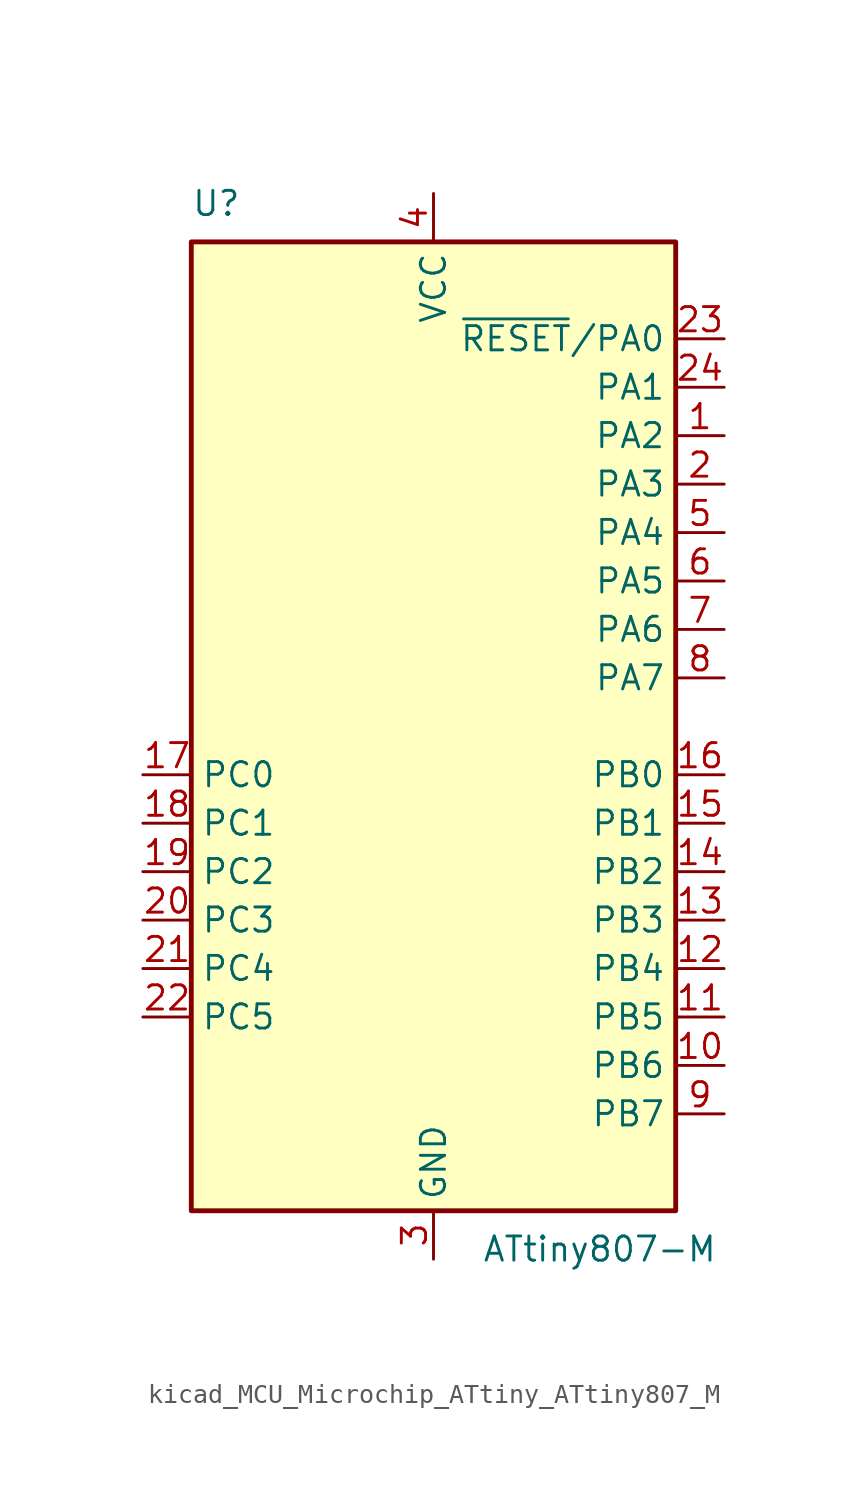
<source format=kicad_sym>
(kicad_symbol_lib
  (version 20220914)
  (generator kicad_symbol_editor)
  (symbol "kicad_MCU_Microchip_ATtiny_ATtiny807_M"
    (property "Reference" "U"
      (at -12.7 26.67 0)
      (effects (font (size 1.27 1.27)) (justify left bottom)))
    (property "Value" "ATtiny807-M"
      (at 2.54 -26.67 0)
      (effects (font (size 1.27 1.27)) (justify left top)))
    (symbol "kicad_MCU_Microchip_ATtiny_ATtiny807_M_0_1"
      (rectangle (start -12.7 -25.4) (end 12.7 25.4) (stroke (width 0.254) (type default)) (fill (type background))))
    (symbol "kicad_MCU_Microchip_ATtiny_ATtiny807_M_1_1"
      (pin bidirectional line (at 15.24 15.24 180) (length 2.54) (name "PA2" (effects (font (size 1.27 1.27)))) (number "1" (effects (font (size 1.27 1.27)))))
      (pin bidirectional line (at 15.24 -17.78 180) (length 2.54) (name "PB6" (effects (font (size 1.27 1.27)))) (number "10" (effects (font (size 1.27 1.27)))))
      (pin bidirectional line (at 15.24 -15.24 180) (length 2.54) (name "PB5" (effects (font (size 1.27 1.27)))) (number "11" (effects (font (size 1.27 1.27)))))
      (pin bidirectional line (at 15.24 -12.7 180) (length 2.54) (name "PB4" (effects (font (size 1.27 1.27)))) (number "12" (effects (font (size 1.27 1.27)))))
      (pin bidirectional line (at 15.24 -10.16 180) (length 2.54) (name "PB3" (effects (font (size 1.27 1.27)))) (number "13" (effects (font (size 1.27 1.27)))))
      (pin bidirectional line (at 15.24 -7.62 180) (length 2.54) (name "PB2" (effects (font (size 1.27 1.27)))) (number "14" (effects (font (size 1.27 1.27)))))
      (pin bidirectional line (at 15.24 -5.08 180) (length 2.54) (name "PB1" (effects (font (size 1.27 1.27)))) (number "15" (effects (font (size 1.27 1.27)))))
      (pin bidirectional line (at 15.24 -2.54 180) (length 2.54) (name "PB0" (effects (font (size 1.27 1.27)))) (number "16" (effects (font (size 1.27 1.27)))))
      (pin bidirectional line (at -15.24 -2.54 0) (length 2.54) (name "PC0" (effects (font (size 1.27 1.27)))) (number "17" (effects (font (size 1.27 1.27)))))
      (pin bidirectional line (at -15.24 -5.08 0) (length 2.54) (name "PC1" (effects (font (size 1.27 1.27)))) (number "18" (effects (font (size 1.27 1.27)))))
      (pin bidirectional line (at -15.24 -7.62 0) (length 2.54) (name "PC2" (effects (font (size 1.27 1.27)))) (number "19" (effects (font (size 1.27 1.27)))))
      (pin bidirectional line (at 15.24 12.7 180) (length 2.54) (name "PA3" (effects (font (size 1.27 1.27)))) (number "2" (effects (font (size 1.27 1.27)))))
      (pin bidirectional line (at -15.24 -10.16 0) (length 2.54) (name "PC3" (effects (font (size 1.27 1.27)))) (number "20" (effects (font (size 1.27 1.27)))))
      (pin bidirectional line (at -15.24 -12.7 0) (length 2.54) (name "PC4" (effects (font (size 1.27 1.27)))) (number "21" (effects (font (size 1.27 1.27)))))
      (pin bidirectional line (at -15.24 -15.24 0) (length 2.54) (name "PC5" (effects (font (size 1.27 1.27)))) (number "22" (effects (font (size 1.27 1.27)))))
      (pin bidirectional line (at 15.24 20.32 180) (length 2.54) (name "~{RESET}/PA0" (effects (font (size 1.27 1.27)))) (number "23" (effects (font (size 1.27 1.27)))))
      (pin bidirectional line (at 15.24 17.78 180) (length 2.54) (name "PA1" (effects (font (size 1.27 1.27)))) (number "24" (effects (font (size 1.27 1.27)))))
      (pin passive line (at 0 -27.94 90) (length 2.54) hide (name "GND" (effects (font (size 1.27 1.27)))) (number "25" (effects (font (size 1.27 1.27)))))
      (pin power_in line (at 0 -27.94 90) (length 2.54) (name "GND" (effects (font (size 1.27 1.27)))) (number "3" (effects (font (size 1.27 1.27)))))
      (pin power_in line (at 0 27.94 270) (length 2.54) (name "VCC" (effects (font (size 1.27 1.27)))) (number "4" (effects (font (size 1.27 1.27)))))
      (pin bidirectional line (at 15.24 10.16 180) (length 2.54) (name "PA4" (effects (font (size 1.27 1.27)))) (number "5" (effects (font (size 1.27 1.27)))))
      (pin bidirectional line (at 15.24 7.62 180) (length 2.54) (name "PA5" (effects (font (size 1.27 1.27)))) (number "6" (effects (font (size 1.27 1.27)))))
      (pin bidirectional line (at 15.24 5.08 180) (length 2.54) (name "PA6" (effects (font (size 1.27 1.27)))) (number "7" (effects (font (size 1.27 1.27)))))
      (pin bidirectional line (at 15.24 2.54 180) (length 2.54) (name "PA7" (effects (font (size 1.27 1.27)))) (number "8" (effects (font (size 1.27 1.27)))))
      (pin bidirectional line (at 15.24 -20.32 180) (length 2.54) (name "PB7" (effects (font (size 1.27 1.27)))) (number "9" (effects (font (size 1.27 1.27))))))))
</source>
